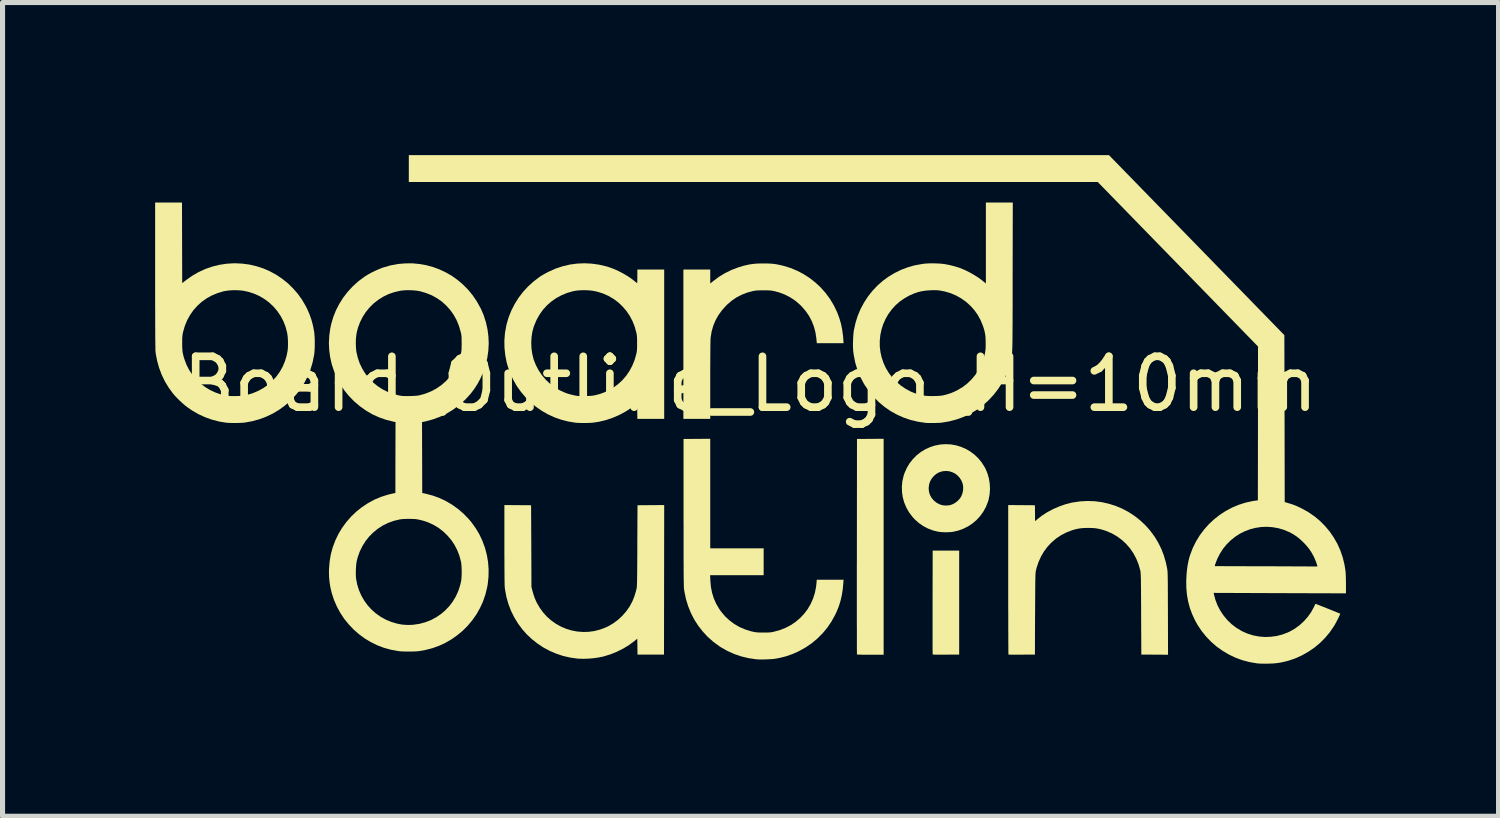
<source format=kicad_pcb>
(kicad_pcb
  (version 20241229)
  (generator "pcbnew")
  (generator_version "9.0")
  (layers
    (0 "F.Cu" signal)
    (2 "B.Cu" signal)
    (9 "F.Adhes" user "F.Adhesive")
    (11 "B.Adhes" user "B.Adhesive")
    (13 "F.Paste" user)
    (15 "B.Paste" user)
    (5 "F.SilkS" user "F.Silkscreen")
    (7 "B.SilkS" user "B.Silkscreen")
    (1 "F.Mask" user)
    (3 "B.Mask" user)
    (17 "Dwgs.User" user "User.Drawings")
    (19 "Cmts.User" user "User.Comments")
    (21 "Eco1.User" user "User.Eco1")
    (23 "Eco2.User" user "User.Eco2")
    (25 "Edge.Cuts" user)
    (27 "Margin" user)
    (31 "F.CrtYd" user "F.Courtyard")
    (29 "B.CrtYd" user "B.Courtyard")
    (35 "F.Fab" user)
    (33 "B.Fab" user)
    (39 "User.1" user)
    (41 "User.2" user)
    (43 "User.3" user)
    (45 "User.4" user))
  (footprint "Board_Outline_Logo_H=10mm"
    (layer "F.Cu")
    (at 11.702 5)
    (property "Reference" "Board_Outline_Logo_H=10mm" (at 0 -0.5 0) (unlocked yes) (layer "F.SilkS") (effects (font (size 1 1) (thickness 0.15))))
    (fp_poly (pts (xy 4.105 4.819) (xy 3.846 4.82) (xy 3.777 4.821) (xy 3.72 4.821) (xy 3.675 4.821) (xy 3.64 4.82) (xy 3.615 4.819) (xy 3.598 4.818) (xy 3.588 4.816) (xy 3.584 4.814) (xy 3.584 4.814) (xy 3.583 4.806) (xy 3.583 4.785) (xy 3.583 4.752) (xy 3.582 4.708) (xy 3.582 4.653) (xy 3.582 4.588) (xy 3.582 4.514) (xy 3.582 4.432) (xy 3.582 4.342) (xy 3.582 4.245) (xy 3.582 4.142) (xy 3.582 4.034) (xy 3.582 3.921) (xy 3.582 3.804) (xy 3.582 3.79) (xy 3.584 2.775) (xy 4.105 2.775)) (stroke (width 0) (type solid)) (fill yes) (layer "F.SilkS"))
    (fp_poly (pts (xy 2.62 4.822) (xy 2.359 4.822) (xy 2.289 4.822) (xy 2.232 4.822) (xy 2.186 4.821) (xy 2.151 4.82) (xy 2.125 4.819) (xy 2.108 4.818) (xy 2.099 4.816) (xy 2.095 4.814) (xy 2.095 4.806) (xy 2.095 4.785) (xy 2.095 4.752) (xy 2.094 4.707) (xy 2.094 4.65) (xy 2.094 4.581) (xy 2.094 4.503) (xy 2.094 4.414) (xy 2.094 4.316) (xy 2.093 4.208) (xy 2.093 4.093) (xy 2.093 3.969) (xy 2.093 3.838) (xy 2.093 3.7) (xy 2.093 3.556) (xy 2.093 3.406) (xy 2.093 3.25) (xy 2.093 3.09) (xy 2.094 2.926) (xy 2.094 2.757) (xy 2.094 2.692) (xy 2.096 0.58) (xy 2.358 0.578) (xy 2.62 0.576)) (stroke (width 0) (type solid)) (fill yes) (layer "F.SilkS"))
    (fp_poly (pts (xy 0.327 -2.87) (xy 0.387 -2.868) (xy 0.44 -2.864) (xy 0.49 -2.858) (xy 0.541 -2.849) (xy 0.596 -2.837) (xy 0.655 -2.823) (xy 0.791 -2.781) (xy 0.922 -2.726) (xy 1.048 -2.66) (xy 1.167 -2.583) (xy 1.279 -2.495) (xy 1.383 -2.398) (xy 1.478 -2.291) (xy 1.563 -2.176) (xy 1.637 -2.053) (xy 1.655 -2.018) (xy 1.707 -1.909) (xy 1.748 -1.799) (xy 1.781 -1.687) (xy 1.805 -1.569) (xy 1.822 -1.443) (xy 1.828 -1.367) (xy 1.832 -1.303) (xy 1.306 -1.303) (xy 1.298 -1.391) (xy 1.28 -1.512) (xy 1.25 -1.627) (xy 1.208 -1.735) (xy 1.154 -1.838) (xy 1.087 -1.935) (xy 1.008 -2.026) (xy 0.972 -2.062) (xy 0.882 -2.139) (xy 0.784 -2.204) (xy 0.679 -2.258) (xy 0.566 -2.301) (xy 0.468 -2.327) (xy 0.442 -2.332) (xy 0.418 -2.336) (xy 0.392 -2.339) (xy 0.361 -2.341) (xy 0.323 -2.342) (xy 0.275 -2.342) (xy 0.257 -2.342) (xy 0.205 -2.342) (xy 0.165 -2.341) (xy 0.132 -2.34) (xy 0.105 -2.337) (xy 0.08 -2.334) (xy 0.055 -2.329) (xy 0.047 -2.327) (xy -0.068 -2.296) (xy -0.174 -2.254) (xy -0.273 -2.203) (xy -0.365 -2.14) (xy -0.453 -2.065) (xy -0.477 -2.041) (xy -0.559 -1.95) (xy -0.629 -1.853) (xy -0.686 -1.751) (xy -0.73 -1.644) (xy -0.762 -1.532) (xy -0.781 -1.414) (xy -0.782 -1.407) (xy -0.783 -1.388) (xy -0.784 -1.355) (xy -0.785 -1.31) (xy -0.786 -1.253) (xy -0.787 -1.183) (xy -0.787 -1.102) (xy -0.788 -1.01) (xy -0.788 -0.908) (xy -0.789 -0.796) (xy -0.789 -0.674) (xy -0.789 -0.575) (xy -0.789 0.185) (xy -1.317 0.185) (xy -1.317 -2.751) (xy -0.789 -2.751) (xy -0.789 -2.476) (xy -0.73 -2.524) (xy -0.619 -2.607) (xy -0.499 -2.68) (xy -0.373 -2.742) (xy -0.243 -2.792) (xy -0.141 -2.823) (xy -0.078 -2.838) (xy -0.023 -2.85) (xy 0.028 -2.858) (xy 0.078 -2.864) (xy 0.131 -2.868) (xy 0.191 -2.87) (xy 0.257 -2.871)) (stroke (width 0) (type solid)) (fill yes) (layer "F.SilkS"))
    (fp_poly (pts (xy 3.941 0.687) (xy 4.043 0.705) (xy 4.141 0.735) (xy 4.236 0.775) (xy 4.324 0.827) (xy 4.407 0.889) (xy 4.482 0.961) (xy 4.549 1.043) (xy 4.606 1.134) (xy 4.623 1.165) (xy 4.662 1.259) (xy 4.69 1.358) (xy 4.706 1.461) (xy 4.711 1.566) (xy 4.703 1.669) (xy 4.684 1.771) (xy 4.67 1.818) (xy 4.63 1.917) (xy 4.579 2.01) (xy 4.517 2.096) (xy 4.446 2.173) (xy 4.366 2.241) (xy 4.278 2.299) (xy 4.184 2.346) (xy 4.084 2.382) (xy 3.99 2.404) (xy 3.943 2.41) (xy 3.889 2.413) (xy 3.83 2.414) (xy 3.773 2.412) (xy 3.721 2.407) (xy 3.694 2.404) (xy 3.59 2.378) (xy 3.49 2.34) (xy 3.396 2.291) (xy 3.309 2.23) (xy 3.229 2.158) (xy 3.184 2.108) (xy 3.118 2.02) (xy 3.065 1.926) (xy 3.024 1.828) (xy 2.996 1.727) (xy 2.981 1.623) (xy 2.979 1.55) (xy 3.505 1.55) (xy 3.511 1.617) (xy 3.53 1.678) (xy 3.561 1.735) (xy 3.605 1.788) (xy 3.606 1.789) (xy 3.658 1.832) (xy 3.716 1.864) (xy 3.779 1.883) (xy 3.845 1.889) (xy 3.913 1.883) (xy 3.934 1.878) (xy 3.983 1.86) (xy 4.033 1.831) (xy 4.078 1.795) (xy 4.117 1.753) (xy 4.146 1.709) (xy 4.169 1.65) (xy 4.182 1.587) (xy 4.184 1.524) (xy 4.175 1.465) (xy 4.175 1.464) (xy 4.151 1.401) (xy 4.117 1.346) (xy 4.074 1.299) (xy 4.024 1.26) (xy 3.967 1.232) (xy 3.906 1.214) (xy 3.842 1.209) (xy 3.777 1.215) (xy 3.767 1.218) (xy 3.71 1.236) (xy 3.659 1.264) (xy 3.611 1.304) (xy 3.611 1.304) (xy 3.566 1.357) (xy 3.533 1.415) (xy 3.513 1.478) (xy 3.505 1.546) (xy 3.505 1.55) (xy 2.979 1.55) (xy 2.978 1.518) (xy 2.988 1.412) (xy 3.012 1.307) (xy 3.031 1.249) (xy 3.074 1.152) (xy 3.128 1.061) (xy 3.193 0.978) (xy 3.267 0.903) (xy 3.349 0.838) (xy 3.439 0.783) (xy 3.536 0.739) (xy 3.626 0.71) (xy 3.731 0.689) (xy 3.837 0.682)) (stroke (width 0) (type solid)) (fill yes) (layer "F.SilkS"))
    (fp_poly (pts (xy -1.696 3.349) (xy -1.698 4.819) (xy -2.219 4.819) (xy -2.221 4.662) (xy -2.223 4.506) (xy -2.279 4.552) (xy -2.385 4.631) (xy -2.5 4.701) (xy -2.622 4.762) (xy -2.748 4.813) (xy -2.874 4.852) (xy -2.901 4.859) (xy -2.992 4.877) (xy -3.09 4.891) (xy -3.189 4.899) (xy -3.285 4.902) (xy -3.375 4.899) (xy -3.396 4.898) (xy -3.54 4.878) (xy -3.681 4.846) (xy -3.816 4.801) (xy -3.945 4.746) (xy -4.068 4.68) (xy -4.184 4.603) (xy -4.293 4.517) (xy -4.394 4.423) (xy -4.486 4.319) (xy -4.568 4.208) (xy -4.641 4.089) (xy -4.703 3.964) (xy -4.754 3.833) (xy -4.794 3.696) (xy -4.821 3.554) (xy -4.829 3.497) (xy -4.83 3.478) (xy -4.831 3.446) (xy -4.832 3.4) (xy -4.833 3.342) (xy -4.834 3.272) (xy -4.834 3.189) (xy -4.835 3.095) (xy -4.835 2.989) (xy -4.836 2.872) (xy -4.836 2.744) (xy -4.836 2.655) (xy -4.836 1.879) (xy -4.573 1.881) (xy -4.311 1.883) (xy -4.307 2.685) (xy -4.304 3.488) (xy -4.286 3.56) (xy -4.264 3.637) (xy -4.24 3.707) (xy -4.211 3.774) (xy -4.2 3.797) (xy -4.141 3.899) (xy -4.073 3.993) (xy -3.996 4.077) (xy -3.911 4.151) (xy -3.82 4.215) (xy -3.723 4.269) (xy -3.621 4.312) (xy -3.515 4.344) (xy -3.407 4.365) (xy -3.296 4.374) (xy -3.184 4.372) (xy -3.072 4.357) (xy -2.961 4.329) (xy -2.852 4.289) (xy -2.796 4.263) (xy -2.697 4.205) (xy -2.603 4.136) (xy -2.518 4.057) (xy -2.442 3.97) (xy -2.375 3.875) (xy -2.321 3.775) (xy -2.318 3.769) (xy -2.282 3.678) (xy -2.251 3.578) (xy -2.241 3.538) (xy -2.239 3.528) (xy -2.237 3.518) (xy -2.235 3.507) (xy -2.233 3.495) (xy -2.232 3.481) (xy -2.231 3.463) (xy -2.23 3.441) (xy -2.229 3.415) (xy -2.228 3.383) (xy -2.227 3.345) (xy -2.227 3.299) (xy -2.226 3.246) (xy -2.225 3.184) (xy -2.225 3.113) (xy -2.224 3.031) (xy -2.224 2.938) (xy -2.223 2.833) (xy -2.223 2.716) (xy -2.223 2.679) (xy -2.219 1.883) (xy -1.694 1.879)) (stroke (width 0) (type solid)) (fill yes) (layer "F.SilkS"))
    (fp_poly (pts (xy -0.789 2.73) (xy 0.261 2.73) (xy 0.261 3.258) (xy -0.791 3.258) (xy -0.787 3.363) (xy -0.776 3.487) (xy -0.753 3.604) (xy -0.719 3.714) (xy -0.672 3.82) (xy -0.613 3.92) (xy -0.576 3.973) (xy -0.499 4.065) (xy -0.413 4.145) (xy -0.319 4.216) (xy -0.217 4.275) (xy -0.107 4.323) (xy 0.01 4.36) (xy 0.055 4.37) (xy 0.084 4.376) (xy 0.112 4.38) (xy 0.14 4.383) (xy 0.174 4.385) (xy 0.215 4.386) (xy 0.257 4.386) (xy 0.307 4.386) (xy 0.347 4.385) (xy 0.379 4.383) (xy 0.408 4.38) (xy 0.435 4.375) (xy 0.46 4.37) (xy 0.578 4.338) (xy 0.69 4.294) (xy 0.794 4.24) (xy 0.89 4.175) (xy 0.977 4.101) (xy 1.056 4.018) (xy 1.125 3.927) (xy 1.183 3.828) (xy 1.231 3.722) (xy 1.267 3.61) (xy 1.291 3.493) (xy 1.3 3.411) (xy 1.305 3.347) (xy 1.832 3.347) (xy 1.828 3.407) (xy 1.816 3.536) (xy 1.797 3.655) (xy 1.771 3.767) (xy 1.737 3.874) (xy 1.695 3.978) (xy 1.667 4.037) (xy 1.596 4.166) (xy 1.514 4.287) (xy 1.422 4.399) (xy 1.319 4.502) (xy 1.208 4.595) (xy 1.088 4.677) (xy 0.959 4.749) (xy 0.943 4.757) (xy 0.823 4.81) (xy 0.703 4.852) (xy 0.578 4.884) (xy 0.484 4.901) (xy 0.446 4.906) (xy 0.398 4.909) (xy 0.344 4.912) (xy 0.288 4.914) (xy 0.232 4.915) (xy 0.18 4.915) (xy 0.137 4.913) (xy 0.113 4.911) (xy -0.036 4.889) (xy -0.181 4.854) (xy -0.319 4.807) (xy -0.452 4.747) (xy -0.579 4.675) (xy -0.612 4.653) (xy -0.731 4.566) (xy -0.84 4.469) (xy -0.938 4.363) (xy -1.026 4.25) (xy -1.104 4.128) (xy -1.17 4) (xy -1.224 3.865) (xy -1.267 3.725) (xy -1.297 3.579) (xy -1.305 3.523) (xy -1.306 3.512) (xy -1.307 3.496) (xy -1.308 3.475) (xy -1.308 3.448) (xy -1.309 3.414) (xy -1.31 3.374) (xy -1.311 3.326) (xy -1.311 3.271) (xy -1.312 3.207) (xy -1.312 3.134) (xy -1.312 3.052) (xy -1.313 2.96) (xy -1.313 2.858) (xy -1.313 2.745) (xy -1.313 2.621) (xy -1.313 2.485) (xy -1.313 2.336) (xy -1.314 2.175) (xy -1.314 2.017) (xy -1.314 0.58) (xy -1.051 0.578) (xy -0.789 0.576)) (stroke (width 0) (type solid)) (fill yes) (layer "F.SilkS"))
    (fp_poly (pts (xy 6.768 1.804) (xy 6.908 1.822) (xy 7.045 1.853) (xy 7.179 1.895) (xy 7.308 1.949) (xy 7.432 2.014) (xy 7.55 2.091) (xy 7.661 2.178) (xy 7.765 2.275) (xy 7.86 2.382) (xy 7.946 2.499) (xy 7.947 2.5) (xy 8.019 2.619) (xy 8.079 2.741) (xy 8.128 2.868) (xy 8.167 3.002) (xy 8.192 3.118) (xy 8.194 3.13) (xy 8.196 3.143) (xy 8.198 3.155) (xy 8.199 3.169) (xy 8.201 3.185) (xy 8.202 3.204) (xy 8.203 3.226) (xy 8.204 3.253) (xy 8.205 3.286) (xy 8.205 3.324) (xy 8.206 3.369) (xy 8.207 3.422) (xy 8.207 3.483) (xy 8.207 3.553) (xy 8.208 3.634) (xy 8.208 3.725) (xy 8.208 3.828) (xy 8.209 3.944) (xy 8.209 4.011) (xy 8.211 4.822) (xy 7.948 4.82) (xy 7.686 4.819) (xy 7.682 4.02) (xy 7.682 3.898) (xy 7.681 3.789) (xy 7.681 3.692) (xy 7.68 3.607) (xy 7.68 3.532) (xy 7.679 3.468) (xy 7.678 3.412) (xy 7.678 3.364) (xy 7.677 3.323) (xy 7.676 3.289) (xy 7.675 3.261) (xy 7.674 3.238) (xy 7.673 3.219) (xy 7.672 3.204) (xy 7.67 3.191) (xy 7.669 3.18) (xy 7.667 3.17) (xy 7.665 3.161) (xy 7.664 3.159) (xy 7.63 3.04) (xy 7.584 2.928) (xy 7.528 2.824) (xy 7.462 2.728) (xy 7.385 2.64) (xy 7.3 2.562) (xy 7.206 2.493) (xy 7.104 2.435) (xy 6.994 2.388) (xy 6.953 2.374) (xy 6.896 2.357) (xy 6.843 2.345) (xy 6.79 2.336) (xy 6.733 2.331) (xy 6.668 2.329) (xy 6.64 2.329) (xy 6.571 2.33) (xy 6.511 2.334) (xy 6.457 2.341) (xy 6.405 2.352) (xy 6.349 2.367) (xy 6.326 2.374) (xy 6.214 2.417) (xy 6.109 2.471) (xy 6.012 2.536) (xy 5.924 2.611) (xy 5.844 2.695) (xy 5.774 2.789) (xy 5.714 2.89) (xy 5.665 2.999) (xy 5.626 3.116) (xy 5.616 3.159) (xy 5.613 3.168) (xy 5.611 3.178) (xy 5.61 3.189) (xy 5.608 3.201) (xy 5.607 3.216) (xy 5.606 3.234) (xy 5.604 3.256) (xy 5.604 3.283) (xy 5.603 3.316) (xy 5.602 3.355) (xy 5.601 3.401) (xy 5.601 3.456) (xy 5.6 3.519) (xy 5.6 3.591) (xy 5.599 3.674) (xy 5.599 3.769) (xy 5.598 3.875) (xy 5.598 3.994) (xy 5.597 4.02) (xy 5.594 4.819) (xy 5.336 4.82) (xy 5.278 4.821) (xy 5.224 4.821) (xy 5.176 4.821) (xy 5.136 4.82) (xy 5.104 4.82) (xy 5.083 4.819) (xy 5.074 4.818) (xy 5.074 4.818) (xy 5.073 4.81) (xy 5.073 4.79) (xy 5.072 4.757) (xy 5.072 4.713) (xy 5.072 4.657) (xy 5.071 4.591) (xy 5.071 4.514) (xy 5.071 4.429) (xy 5.07 4.335) (xy 5.07 4.232) (xy 5.07 4.123) (xy 5.07 4.006) (xy 5.069 3.883) (xy 5.069 3.755) (xy 5.069 3.622) (xy 5.069 3.485) (xy 5.069 3.346) (xy 5.069 1.879) (xy 5.331 1.881) (xy 5.594 1.883) (xy 5.596 2.039) (xy 5.597 2.196) (xy 5.637 2.162) (xy 5.732 2.087) (xy 5.838 2.019) (xy 5.951 1.959) (xy 6.071 1.907) (xy 6.194 1.864) (xy 6.318 1.832) (xy 6.34 1.828) (xy 6.483 1.807) (xy 6.626 1.799)) (stroke (width 0) (type solid)) (fill yes) (layer "F.SilkS"))
    (fp_poly (pts (xy -3.12 -2.867) (xy -2.976 -2.847) (xy -2.834 -2.814) (xy -2.761 -2.791) (xy -2.678 -2.76) (xy -2.591 -2.72) (xy -2.504 -2.675) (xy -2.42 -2.626) (xy -2.344 -2.575) (xy -2.279 -2.525) (xy -2.257 -2.507) (xy -2.239 -2.493) (xy -2.228 -2.484) (xy -2.226 -2.483) (xy -2.225 -2.49) (xy -2.224 -2.508) (xy -2.223 -2.535) (xy -2.223 -2.571) (xy -2.222 -2.611) (xy -2.222 -2.617) (xy -2.222 -2.751) (xy -1.694 -2.751) (xy -1.694 0.185) (xy -2.222 0.185) (xy -2.224 0.03) (xy -2.226 -0.124) (xy -2.285 -0.076) (xy -2.365 -0.016) (xy -2.447 0.037) (xy -2.537 0.087) (xy -2.576 0.107) (xy -2.707 0.164) (xy -2.844 0.21) (xy -2.983 0.243) (xy -3.102 0.26) (xy -3.142 0.263) (xy -3.191 0.265) (xy -3.245 0.266) (xy -3.302 0.266) (xy -3.355 0.265) (xy -3.403 0.263) (xy -3.437 0.26) (xy -3.58 0.237) (xy -3.719 0.201) (xy -3.853 0.154) (xy -3.981 0.095) (xy -4.103 0.025) (xy -4.218 -0.055) (xy -4.326 -0.145) (xy -4.424 -0.244) (xy -4.514 -0.351) (xy -4.595 -0.466) (xy -4.665 -0.589) (xy -4.724 -0.718) (xy -4.771 -0.854) (xy -4.791 -0.925) (xy -4.819 -1.067) (xy -4.834 -1.212) (xy -4.836 -1.317) (xy -4.308 -1.317) (xy -4.304 -1.208) (xy -4.29 -1.103) (xy -4.266 -1.002) (xy -4.26 -0.981) (xy -4.217 -0.872) (xy -4.162 -0.768) (xy -4.097 -0.672) (xy -4.022 -0.584) (xy -3.938 -0.505) (xy -3.845 -0.435) (xy -3.745 -0.376) (xy -3.639 -0.328) (xy -3.587 -0.31) (xy -3.521 -0.291) (xy -3.45 -0.275) (xy -3.392 -0.265) (xy -3.379 -0.264) (xy -3.354 -0.264) (xy -3.321 -0.263) (xy -3.282 -0.264) (xy -3.241 -0.264) (xy -3.191 -0.265) (xy -3.152 -0.267) (xy -3.119 -0.269) (xy -3.091 -0.273) (xy -3.064 -0.278) (xy -3.039 -0.283) (xy -2.958 -0.305) (xy -2.885 -0.331) (xy -2.812 -0.363) (xy -2.803 -0.368) (xy -2.699 -0.426) (xy -2.604 -0.495) (xy -2.518 -0.574) (xy -2.442 -0.662) (xy -2.376 -0.759) (xy -2.32 -0.863) (xy -2.275 -0.975) (xy -2.242 -1.093) (xy -2.242 -1.095) (xy -2.236 -1.121) (xy -2.232 -1.146) (xy -2.23 -1.173) (xy -2.228 -1.203) (xy -2.227 -1.242) (xy -2.227 -1.29) (xy -2.227 -1.303) (xy -2.227 -1.355) (xy -2.228 -1.396) (xy -2.229 -1.428) (xy -2.232 -1.456) (xy -2.236 -1.481) (xy -2.241 -1.507) (xy -2.242 -1.511) (xy -2.274 -1.628) (xy -2.318 -1.739) (xy -2.373 -1.843) (xy -2.439 -1.939) (xy -2.514 -2.026) (xy -2.597 -2.105) (xy -2.689 -2.173) (xy -2.789 -2.232) (xy -2.895 -2.279) (xy -3.008 -2.315) (xy -3.094 -2.333) (xy -3.154 -2.34) (xy -3.221 -2.344) (xy -3.291 -2.345) (xy -3.36 -2.342) (xy -3.424 -2.336) (xy -3.479 -2.326) (xy -3.481 -2.326) (xy -3.6 -2.292) (xy -3.712 -2.246) (xy -3.816 -2.19) (xy -3.912 -2.123) (xy -4 -2.046) (xy -4.078 -1.96) (xy -4.146 -1.864) (xy -4.204 -1.76) (xy -4.251 -1.648) (xy -4.259 -1.626) (xy -4.286 -1.528) (xy -4.302 -1.424) (xy -4.308 -1.317) (xy -4.836 -1.317) (xy -4.836 -1.356) (xy -4.825 -1.5) (xy -4.8 -1.641) (xy -4.794 -1.67) (xy -4.753 -1.81) (xy -4.699 -1.945) (xy -4.634 -2.073) (xy -4.557 -2.196) (xy -4.469 -2.311) (xy -4.371 -2.418) (xy -4.262 -2.516) (xy -4.144 -2.606) (xy -4.112 -2.627) (xy -4.086 -2.643) (xy -4.051 -2.663) (xy -4.012 -2.684) (xy -3.972 -2.705) (xy -3.957 -2.712) (xy -3.825 -2.771) (xy -3.688 -2.816) (xy -3.548 -2.849) (xy -3.406 -2.868) (xy -3.263 -2.874)) (stroke (width 0) (type solid)) (fill yes) (layer "F.SilkS"))
    (fp_poly (pts (xy -11.172 -3.276) (xy -11.17 -2.484) (xy -11.097 -2.541) (xy -10.977 -2.626) (xy -10.851 -2.699) (xy -10.719 -2.76) (xy -10.583 -2.808) (xy -10.442 -2.843) (xy -10.299 -2.865) (xy -10.153 -2.874) (xy -10.131 -2.874) (xy -9.986 -2.867) (xy -9.844 -2.848) (xy -9.706 -2.815) (xy -9.571 -2.771) (xy -9.442 -2.714) (xy -9.319 -2.647) (xy -9.202 -2.568) (xy -9.092 -2.48) (xy -8.991 -2.381) (xy -8.898 -2.274) (xy -8.814 -2.157) (xy -8.741 -2.032) (xy -8.711 -1.972) (xy -8.666 -1.868) (xy -8.629 -1.763) (xy -8.6 -1.653) (xy -8.577 -1.535) (xy -8.576 -1.533) (xy -8.571 -1.487) (xy -8.567 -1.431) (xy -8.564 -1.369) (xy -8.564 -1.302) (xy -8.564 -1.236) (xy -8.567 -1.173) (xy -8.571 -1.117) (xy -8.576 -1.074) (xy -8.606 -0.927) (xy -8.648 -0.786) (xy -8.703 -0.651) (xy -8.769 -0.522) (xy -8.846 -0.401) (xy -8.884 -0.349) (xy -8.929 -0.294) (xy -8.983 -0.235) (xy -9.04 -0.177) (xy -9.097 -0.123) (xy -9.147 -0.08) (xy -9.263 0.005) (xy -9.388 0.08) (xy -9.518 0.142) (xy -9.654 0.193) (xy -9.794 0.231) (xy -9.937 0.257) (xy -9.968 0.26) (xy -10.009 0.263) (xy -10.06 0.265) (xy -10.116 0.266) (xy -10.173 0.266) (xy -10.228 0.265) (xy -10.277 0.262) (xy -10.306 0.26) (xy -10.445 0.237) (xy -10.583 0.201) (xy -10.718 0.153) (xy -10.849 0.093) (xy -10.974 0.021) (xy -11.073 -0.047) (xy -11.117 -0.081) (xy -11.166 -0.124) (xy -11.217 -0.171) (xy -11.266 -0.22) (xy -11.311 -0.267) (xy -11.348 -0.31) (xy -11.35 -0.312) (xy -11.435 -0.428) (xy -11.51 -0.552) (xy -11.573 -0.682) (xy -11.624 -0.818) (xy -11.663 -0.957) (xy -11.69 -1.098) (xy -11.695 -1.14) (xy -11.696 -1.156) (xy -11.697 -1.186) (xy -11.697 -1.229) (xy -11.698 -1.286) (xy -11.698 -1.303) (xy -11.17 -1.303) (xy -11.17 -1.243) (xy -11.168 -1.193) (xy -11.165 -1.151) (xy -11.159 -1.111) (xy -11.15 -1.071) (xy -11.139 -1.028) (xy -11.124 -0.981) (xy -11.083 -0.873) (xy -11.03 -0.771) (xy -10.967 -0.677) (xy -10.893 -0.589) (xy -10.81 -0.511) (xy -10.719 -0.441) (xy -10.621 -0.382) (xy -10.516 -0.333) (xy -10.406 -0.295) (xy -10.296 -0.271) (xy -10.261 -0.266) (xy -10.217 -0.264) (xy -10.164 -0.263) (xy -10.107 -0.264) (xy -10.057 -0.265) (xy -10.017 -0.267) (xy -9.984 -0.269) (xy -9.956 -0.273) (xy -9.928 -0.278) (xy -9.905 -0.283) (xy -9.788 -0.318) (xy -9.678 -0.364) (xy -9.576 -0.42) (xy -9.481 -0.487) (xy -9.395 -0.563) (xy -9.318 -0.648) (xy -9.251 -0.741) (xy -9.195 -0.841) (xy -9.15 -0.948) (xy -9.116 -1.061) (xy -9.098 -1.154) (xy -9.092 -1.214) (xy -9.09 -1.281) (xy -9.091 -1.352) (xy -9.095 -1.421) (xy -9.103 -1.484) (xy -9.109 -1.517) (xy -9.14 -1.632) (xy -9.183 -1.741) (xy -9.238 -1.843) (xy -9.303 -1.938) (xy -9.377 -2.024) (xy -9.461 -2.103) (xy -9.553 -2.171) (xy -9.652 -2.23) (xy -9.758 -2.277) (xy -9.87 -2.313) (xy -9.961 -2.333) (xy -10.029 -2.341) (xy -10.105 -2.345) (xy -10.183 -2.344) (xy -10.259 -2.339) (xy -10.328 -2.329) (xy -10.358 -2.323) (xy -10.475 -2.288) (xy -10.586 -2.242) (xy -10.689 -2.185) (xy -10.784 -2.118) (xy -10.87 -2.04) (xy -10.948 -1.954) (xy -11.015 -1.858) (xy -11.072 -1.755) (xy -11.118 -1.644) (xy -11.152 -1.526) (xy -11.154 -1.515) (xy -11.16 -1.488) (xy -11.164 -1.463) (xy -11.167 -1.438) (xy -11.169 -1.408) (xy -11.17 -1.372) (xy -11.17 -1.327) (xy -11.17 -1.303) (xy -11.698 -1.303) (xy -11.699 -1.356) (xy -11.7 -1.44) (xy -11.7 -1.537) (xy -11.701 -1.648) (xy -11.701 -1.773) (xy -11.701 -1.911) (xy -11.702 -2.063) (xy -11.702 -2.228) (xy -11.702 -2.407) (xy -11.702 -2.6) (xy -11.702 -2.637) (xy -11.702 -4.068) (xy -11.174 -4.068)) (stroke (width 0) (type solid)) (fill yes) (layer "F.SilkS"))
    (fp_poly (pts (xy 8.774 -3.231) (xy 10.498 -1.461) (xy 10.502 0.179) (xy 10.505 1.82) (xy 10.587 1.845) (xy 10.635 1.859) (xy 10.675 1.873) (xy 10.712 1.887) (xy 10.749 1.903) (xy 10.79 1.922) (xy 10.839 1.946) (xy 10.845 1.949) (xy 10.972 2.02) (xy 11.091 2.102) (xy 11.201 2.194) (xy 11.301 2.295) (xy 11.392 2.404) (xy 11.472 2.521) (xy 11.542 2.645) (xy 11.6 2.775) (xy 11.646 2.91) (xy 11.68 3.051) (xy 11.699 3.168) (xy 11.703 3.214) (xy 11.706 3.273) (xy 11.708 3.342) (xy 11.709 3.42) (xy 11.709 3.435) (xy 11.709 3.615) (xy 10.408 3.611) (xy 9.108 3.606) (xy 9.112 3.629) (xy 9.142 3.742) (xy 9.184 3.851) (xy 9.238 3.954) (xy 9.303 4.051) (xy 9.378 4.141) (xy 9.462 4.222) (xy 9.555 4.293) (xy 9.657 4.354) (xy 9.666 4.359) (xy 9.772 4.406) (xy 9.883 4.441) (xy 9.997 4.463) (xy 10.112 4.473) (xy 10.228 4.469) (xy 10.343 4.454) (xy 10.456 4.425) (xy 10.565 4.384) (xy 10.608 4.364) (xy 10.706 4.308) (xy 10.797 4.241) (xy 10.882 4.163) (xy 10.958 4.077) (xy 11.024 3.985) (xy 11.078 3.886) (xy 11.083 3.876) (xy 11.094 3.852) (xy 11.103 3.833) (xy 11.109 3.822) (xy 11.109 3.821) (xy 11.116 3.823) (xy 11.134 3.83) (xy 11.162 3.84) (xy 11.198 3.855) (xy 11.242 3.872) (xy 11.291 3.891) (xy 11.345 3.913) (xy 11.355 3.917) (xy 11.597 4.015) (xy 11.587 4.04) (xy 11.574 4.069) (xy 11.556 4.107) (xy 11.534 4.149) (xy 11.512 4.192) (xy 11.49 4.231) (xy 11.471 4.264) (xy 11.47 4.265) (xy 11.39 4.381) (xy 11.299 4.49) (xy 11.199 4.59) (xy 11.09 4.681) (xy 10.973 4.761) (xy 10.85 4.831) (xy 10.722 4.89) (xy 10.589 4.936) (xy 10.554 4.946) (xy 10.482 4.963) (xy 10.417 4.977) (xy 10.353 4.986) (xy 10.287 4.993) (xy 10.215 4.996) (xy 10.169 4.997) (xy 10.088 4.998) (xy 10.019 4.996) (xy 9.964 4.992) (xy 9.951 4.99) (xy 9.807 4.965) (xy 9.668 4.928) (xy 9.533 4.878) (xy 9.404 4.816) (xy 9.281 4.743) (xy 9.165 4.66) (xy 9.058 4.567) (xy 8.959 4.464) (xy 8.869 4.352) (xy 8.789 4.231) (xy 8.74 4.142) (xy 8.684 4.021) (xy 8.639 3.899) (xy 8.606 3.773) (xy 8.583 3.644) (xy 8.571 3.509) (xy 8.569 3.367) (xy 8.577 3.22) (xy 8.587 3.128) (xy 8.594 3.08) (xy 9.129 3.08) (xy 9.783 3.082) (xy 9.887 3.082) (xy 9.993 3.082) (xy 10.102 3.082) (xy 10.21 3.083) (xy 10.316 3.083) (xy 10.418 3.084) (xy 10.515 3.084) (xy 10.604 3.084) (xy 10.685 3.085) (xy 10.754 3.085) (xy 10.792 3.085) (xy 11.147 3.087) (xy 11.143 3.064) (xy 11.138 3.048) (xy 11.13 3.023) (xy 11.12 2.994) (xy 11.116 2.984) (xy 11.078 2.895) (xy 11.034 2.815) (xy 10.984 2.74) (xy 10.924 2.667) (xy 10.872 2.613) (xy 10.808 2.552) (xy 10.745 2.501) (xy 10.681 2.458) (xy 10.611 2.419) (xy 10.594 2.411) (xy 10.485 2.365) (xy 10.374 2.333) (xy 10.262 2.314) (xy 10.15 2.306) (xy 10.04 2.311) (xy 9.93 2.328) (xy 9.824 2.355) (xy 9.721 2.394) (xy 9.623 2.443) (xy 9.53 2.503) (xy 9.444 2.572) (xy 9.364 2.651) (xy 9.293 2.738) (xy 9.231 2.835) (xy 9.178 2.94) (xy 9.161 2.984) (xy 9.15 3.012) (xy 9.141 3.038) (xy 9.135 3.056) (xy 9.134 3.061) (xy 9.129 3.08) (xy 8.594 3.08) (xy 8.599 3.045) (xy 8.615 2.969) (xy 8.634 2.895) (xy 8.647 2.856) (xy 8.698 2.722) (xy 8.761 2.595) (xy 8.835 2.474) (xy 8.92 2.361) (xy 9.013 2.256) (xy 9.116 2.16) (xy 9.226 2.073) (xy 9.344 1.996) (xy 9.468 1.93) (xy 9.598 1.875) (xy 9.733 1.832) (xy 9.872 1.801) (xy 9.915 1.795) (xy 9.977 1.786) (xy 9.979 0.274) (xy 9.98 -1.238) (xy 8.405 -2.855) (xy 6.829 -4.472) (xy -6.715 -4.472) (xy -6.715 -5) (xy 7.05 -5)) (stroke (width 0) (type solid)) (fill yes) (layer "F.SilkS"))
    (fp_poly (pts (xy 5.156 -2.608) (xy 5.156 -2.439) (xy 5.156 -2.284) (xy 5.156 -2.14) (xy 5.156 -2.009) (xy 5.155 -1.889) (xy 5.155 -1.78) (xy 5.155 -1.681) (xy 5.154 -1.592) (xy 5.154 -1.512) (xy 5.153 -1.44) (xy 5.153 -1.376) (xy 5.152 -1.319) (xy 5.151 -1.269) (xy 5.15 -1.225) (xy 5.149 -1.187) (xy 5.147 -1.153) (xy 5.146 -1.124) (xy 5.144 -1.099) (xy 5.142 -1.077) (xy 5.139 -1.057) (xy 5.137 -1.039) (xy 5.134 -1.023) (xy 5.131 -1.008) (xy 5.127 -0.993) (xy 5.123 -0.977) (xy 5.119 -0.961) (xy 5.115 -0.942) (xy 5.113 -0.934) (xy 5.072 -0.794) (xy 5.018 -0.66) (xy 4.952 -0.53) (xy 4.875 -0.408) (xy 4.786 -0.292) (xy 4.687 -0.185) (xy 4.669 -0.167) (xy 4.56 -0.072) (xy 4.442 0.013) (xy 4.318 0.086) (xy 4.187 0.148) (xy 4.051 0.197) (xy 3.911 0.234) (xy 3.768 0.258) (xy 3.751 0.26) (xy 3.721 0.263) (xy 3.681 0.264) (xy 3.635 0.266) (xy 3.587 0.266) (xy 3.539 0.266) (xy 3.496 0.266) (xy 3.461 0.264) (xy 3.443 0.263) (xy 3.295 0.241) (xy 3.152 0.207) (xy 3.014 0.16) (xy 2.883 0.102) (xy 2.757 0.032) (xy 2.639 -0.049) (xy 2.529 -0.141) (xy 2.427 -0.243) (xy 2.334 -0.355) (xy 2.25 -0.477) (xy 2.225 -0.519) (xy 2.158 -0.647) (xy 2.104 -0.781) (xy 2.062 -0.92) (xy 2.033 -1.066) (xy 2.023 -1.138) (xy 2.019 -1.188) (xy 2.017 -1.247) (xy 2.017 -1.312) (xy 2.019 -1.352) (xy 2.544 -1.352) (xy 2.544 -1.241) (xy 2.557 -1.129) (xy 2.582 -1.018) (xy 2.62 -0.909) (xy 2.662 -0.817) (xy 2.721 -0.719) (xy 2.79 -0.628) (xy 2.87 -0.545) (xy 2.958 -0.47) (xy 3.053 -0.406) (xy 3.153 -0.352) (xy 3.207 -0.33) (xy 3.272 -0.306) (xy 3.332 -0.289) (xy 3.391 -0.276) (xy 3.451 -0.268) (xy 3.516 -0.264) (xy 3.591 -0.263) (xy 3.608 -0.264) (xy 3.659 -0.265) (xy 3.699 -0.267) (xy 3.731 -0.269) (xy 3.759 -0.272) (xy 3.786 -0.277) (xy 3.814 -0.283) (xy 3.879 -0.301) (xy 3.938 -0.32) (xy 3.996 -0.343) (xy 4.058 -0.373) (xy 4.068 -0.378) (xy 4.169 -0.438) (xy 4.262 -0.508) (xy 4.346 -0.589) (xy 4.421 -0.678) (xy 4.485 -0.775) (xy 4.539 -0.88) (xy 4.582 -0.992) (xy 4.611 -1.1) (xy 4.616 -1.128) (xy 4.62 -1.155) (xy 4.623 -1.183) (xy 4.625 -1.217) (xy 4.626 -1.258) (xy 4.626 -1.303) (xy 4.625 -1.371) (xy 4.622 -1.428) (xy 4.616 -1.48) (xy 4.606 -1.529) (xy 4.593 -1.58) (xy 4.575 -1.636) (xy 4.571 -1.647) (xy 4.526 -1.756) (xy 4.47 -1.859) (xy 4.403 -1.953) (xy 4.326 -2.039) (xy 4.24 -2.116) (xy 4.146 -2.183) (xy 4.045 -2.24) (xy 3.937 -2.286) (xy 3.824 -2.319) (xy 3.755 -2.333) (xy 3.721 -2.339) (xy 3.69 -2.342) (xy 3.659 -2.345) (xy 3.625 -2.345) (xy 3.582 -2.345) (xy 3.553 -2.344) (xy 3.46 -2.338) (xy 3.376 -2.326) (xy 3.296 -2.307) (xy 3.217 -2.28) (xy 3.135 -2.244) (xy 3.131 -2.243) (xy 3.029 -2.186) (xy 2.935 -2.12) (xy 2.85 -2.045) (xy 2.776 -1.962) (xy 2.71 -1.872) (xy 2.656 -1.776) (xy 2.611 -1.675) (xy 2.578 -1.571) (xy 2.555 -1.463) (xy 2.544 -1.352) (xy 2.019 -1.352) (xy 2.019 -1.38) (xy 2.023 -1.446) (xy 2.028 -1.507) (xy 2.035 -1.559) (xy 2.037 -1.567) (xy 2.069 -1.711) (xy 2.113 -1.848) (xy 2.169 -1.98) (xy 2.236 -2.104) (xy 2.313 -2.222) (xy 2.399 -2.331) (xy 2.495 -2.433) (xy 2.599 -2.525) (xy 2.712 -2.608) (xy 2.831 -2.68) (xy 2.957 -2.743) (xy 3.089 -2.793) (xy 3.227 -2.833) (xy 3.37 -2.859) (xy 3.44 -2.868) (xy 3.492 -2.871) (xy 3.554 -2.873) (xy 3.62 -2.872) (xy 3.687 -2.87) (xy 3.75 -2.866) (xy 3.805 -2.86) (xy 3.824 -2.857) (xy 3.889 -2.845) (xy 3.959 -2.829) (xy 4.03 -2.81) (xy 4.094 -2.79) (xy 4.122 -2.781) (xy 4.21 -2.744) (xy 4.301 -2.7) (xy 4.39 -2.65) (xy 4.475 -2.597) (xy 4.55 -2.542) (xy 4.58 -2.518) (xy 4.63 -2.476) (xy 4.63 -4.068) (xy 5.159 -4.068)) (stroke (width 0) (type solid)) (fill yes) (layer "F.SilkS"))
    (fp_poly (pts (xy -6.507 -2.86) (xy -6.371 -2.836) (xy -6.238 -2.8) (xy -6.109 -2.752) (xy -5.984 -2.693) (xy -5.865 -2.624) (xy -5.753 -2.544) (xy -5.647 -2.453) (xy -5.548 -2.353) (xy -5.458 -2.243) (xy -5.377 -2.123) (xy -5.306 -1.995) (xy -5.298 -1.981) (xy -5.242 -1.85) (xy -5.199 -1.714) (xy -5.168 -1.576) (xy -5.15 -1.436) (xy -5.144 -1.295) (xy -5.152 -1.153) (xy -5.172 -1.013) (xy -5.204 -0.875) (xy -5.25 -0.739) (xy -5.306 -0.611) (xy -5.363 -0.504) (xy -5.425 -0.408) (xy -5.493 -0.317) (xy -5.571 -0.23) (xy -5.622 -0.178) (xy -5.732 -0.08) (xy -5.85 0.007) (xy -5.974 0.082) (xy -6.105 0.145) (xy -6.242 0.195) (xy -6.385 0.234) (xy -6.415 0.24) (xy -6.455 0.248) (xy -6.453 0.945) (xy -6.451 1.642) (xy -6.379 1.657) (xy -6.244 1.693) (xy -6.112 1.741) (xy -5.985 1.801) (xy -5.863 1.873) (xy -5.747 1.956) (xy -5.639 2.049) (xy -5.54 2.151) (xy -5.488 2.212) (xy -5.402 2.331) (xy -5.328 2.455) (xy -5.267 2.585) (xy -5.218 2.719) (xy -5.181 2.858) (xy -5.157 2.999) (xy -5.146 3.142) (xy -5.148 3.287) (xy -5.163 3.432) (xy -5.176 3.504) (xy -5.211 3.643) (xy -5.257 3.777) (xy -5.316 3.905) (xy -5.385 4.027) (xy -5.465 4.141) (xy -5.554 4.248) (xy -5.652 4.347) (xy -5.759 4.436) (xy -5.873 4.517) (xy -5.994 4.587) (xy -6.121 4.646) (xy -6.254 4.694) (xy -6.391 4.729) (xy -6.512 4.75) (xy -6.56 4.755) (xy -6.618 4.758) (xy -6.682 4.759) (xy -6.748 4.759) (xy -6.812 4.758) (xy -6.871 4.755) (xy -6.921 4.75) (xy -6.928 4.749) (xy -7.069 4.723) (xy -7.206 4.685) (xy -7.337 4.635) (xy -7.463 4.573) (xy -7.583 4.501) (xy -7.695 4.418) (xy -7.8 4.326) (xy -7.896 4.225) (xy -7.984 4.117) (xy -8.061 4) (xy -8.128 3.877) (xy -8.185 3.747) (xy -8.229 3.612) (xy -8.255 3.504) (xy -8.272 3.402) (xy -8.282 3.303) (xy -8.285 3.2) (xy -8.285 3.192) (xy -7.757 3.192) (xy -7.757 3.249) (xy -7.754 3.299) (xy -7.752 3.323) (xy -7.73 3.44) (xy -7.695 3.552) (xy -7.649 3.658) (xy -7.592 3.757) (xy -7.525 3.85) (xy -7.448 3.934) (xy -7.362 4.01) (xy -7.268 4.076) (xy -7.167 4.132) (xy -7.058 4.177) (xy -6.944 4.211) (xy -6.942 4.211) (xy -6.847 4.229) (xy -6.754 4.236) (xy -6.66 4.235) (xy -6.623 4.232) (xy -6.504 4.214) (xy -6.389 4.183) (xy -6.279 4.14) (xy -6.176 4.085) (xy -6.078 4.018) (xy -6.003 3.954) (xy -5.92 3.868) (xy -5.85 3.775) (xy -5.791 3.676) (xy -5.742 3.569) (xy -5.705 3.454) (xy -5.689 3.388) (xy -5.683 3.351) (xy -5.679 3.304) (xy -5.676 3.25) (xy -5.675 3.192) (xy -5.676 3.134) (xy -5.679 3.079) (xy -5.683 3.031) (xy -5.688 2.996) (xy -5.719 2.88) (xy -5.761 2.77) (xy -5.814 2.666) (xy -5.878 2.57) (xy -5.952 2.482) (xy -6.034 2.402) (xy -6.125 2.331) (xy -6.224 2.271) (xy -6.329 2.222) (xy -6.441 2.184) (xy -6.532 2.163) (xy -6.576 2.156) (xy -6.63 2.152) (xy -6.69 2.151) (xy -6.751 2.151) (xy -6.81 2.153) (xy -6.863 2.157) (xy -6.899 2.163) (xy -7.014 2.191) (xy -7.125 2.231) (xy -7.229 2.283) (xy -7.326 2.346) (xy -7.415 2.419) (xy -7.496 2.5) (xy -7.568 2.591) (xy -7.629 2.689) (xy -7.68 2.794) (xy -7.72 2.906) (xy -7.739 2.98) (xy -7.746 3.023) (xy -7.751 3.075) (xy -7.755 3.133) (xy -7.757 3.192) (xy -8.285 3.192) (xy -8.284 3.138) (xy -8.272 2.991) (xy -8.248 2.847) (xy -8.21 2.708) (xy -8.159 2.573) (xy -8.096 2.443) (xy -8.029 2.332) (xy -7.945 2.216) (xy -7.851 2.108) (xy -7.748 2.009) (xy -7.636 1.92) (xy -7.518 1.842) (xy -7.393 1.774) (xy -7.263 1.719) (xy -7.129 1.676) (xy -7.051 1.657) (xy -6.979 1.642) (xy -6.978 0.945) (xy -6.976 0.248) (xy -7.015 0.24) (xy -7.159 0.204) (xy -7.297 0.156) (xy -7.43 0.096) (xy -7.555 0.023) (xy -7.675 -0.062) (xy -7.788 -0.158) (xy -7.808 -0.178) (xy -7.896 -0.269) (xy -7.973 -0.363) (xy -8.041 -0.462) (xy -8.102 -0.569) (xy -8.125 -0.614) (xy -8.183 -0.748) (xy -8.229 -0.886) (xy -8.261 -1.027) (xy -8.28 -1.17) (xy -8.286 -1.306) (xy -7.757 -1.306) (xy -7.755 -1.232) (xy -7.749 -1.162) (xy -7.745 -1.133) (xy -7.718 -1.016) (xy -7.68 -0.905) (xy -7.629 -0.801) (xy -7.569 -0.703) (xy -7.498 -0.613) (xy -7.418 -0.532) (xy -7.329 -0.459) (xy -7.233 -0.397) (xy -7.13 -0.345) (xy -7.02 -0.304) (xy -6.904 -0.275) (xy -6.864 -0.268) (xy -6.835 -0.265) (xy -6.796 -0.264) (xy -6.749 -0.263) (xy -6.699 -0.264) (xy -6.648 -0.265) (xy -6.6 -0.268) (xy -6.557 -0.271) (xy -6.523 -0.275) (xy -6.509 -0.278) (xy -6.39 -0.311) (xy -6.277 -0.356) (xy -6.172 -0.412) (xy -6.075 -0.479) (xy -5.986 -0.556) (xy -5.906 -0.645) (xy -5.843 -0.731) (xy -5.785 -0.83) (xy -5.737 -0.938) (xy -5.701 -1.054) (xy -5.689 -1.104) (xy -5.684 -1.129) (xy -5.681 -1.154) (xy -5.678 -1.184) (xy -5.677 -1.221) (xy -5.676 -1.266) (xy -5.676 -1.307) (xy -5.677 -1.357) (xy -5.677 -1.396) (xy -5.678 -1.427) (xy -5.681 -1.452) (xy -5.684 -1.476) (xy -5.688 -1.499) (xy -5.695 -1.526) (xy -5.73 -1.645) (xy -5.776 -1.757) (xy -5.833 -1.86) (xy -5.901 -1.956) (xy -5.978 -2.042) (xy -6.064 -2.12) (xy -6.16 -2.187) (xy -6.263 -2.244) (xy -6.374 -2.289) (xy -6.489 -2.323) (xy -6.554 -2.335) (xy -6.627 -2.342) (xy -6.705 -2.345) (xy -6.782 -2.344) (xy -6.855 -2.338) (xy -6.886 -2.333) (xy -7.002 -2.306) (xy -7.113 -2.268) (xy -7.218 -2.217) (xy -7.315 -2.156) (xy -7.405 -2.086) (xy -7.487 -2.005) (xy -7.56 -1.916) (xy -7.622 -1.82) (xy -7.674 -1.716) (xy -7.715 -1.606) (xy -7.738 -1.517) (xy -7.748 -1.454) (xy -7.755 -1.382) (xy -7.757 -1.306) (xy -8.286 -1.306) (xy -8.286 -1.314) (xy -8.278 -1.459) (xy -8.257 -1.603) (xy -8.24 -1.681) (xy -8.2 -1.817) (xy -8.147 -1.95) (xy -8.081 -2.077) (xy -8.005 -2.198) (xy -7.917 -2.312) (xy -7.819 -2.419) (xy -7.711 -2.517) (xy -7.593 -2.605) (xy -7.576 -2.617) (xy -7.52 -2.652) (xy -7.454 -2.688) (xy -7.383 -2.723) (xy -7.311 -2.755) (xy -7.243 -2.783) (xy -7.209 -2.794) (xy -7.068 -2.834) (xy -6.927 -2.86) (xy -6.785 -2.872) (xy -6.645 -2.873)) (stroke (width 0) (type solid)) (fill yes) (layer "F.SilkS")))
  (gr_rect
    (start -3 -3)
    (end 26.411 12.998)
    (stroke (width 0.1) (type default))
    (fill no)
    (layer "Edge.Cuts")))
</source>
